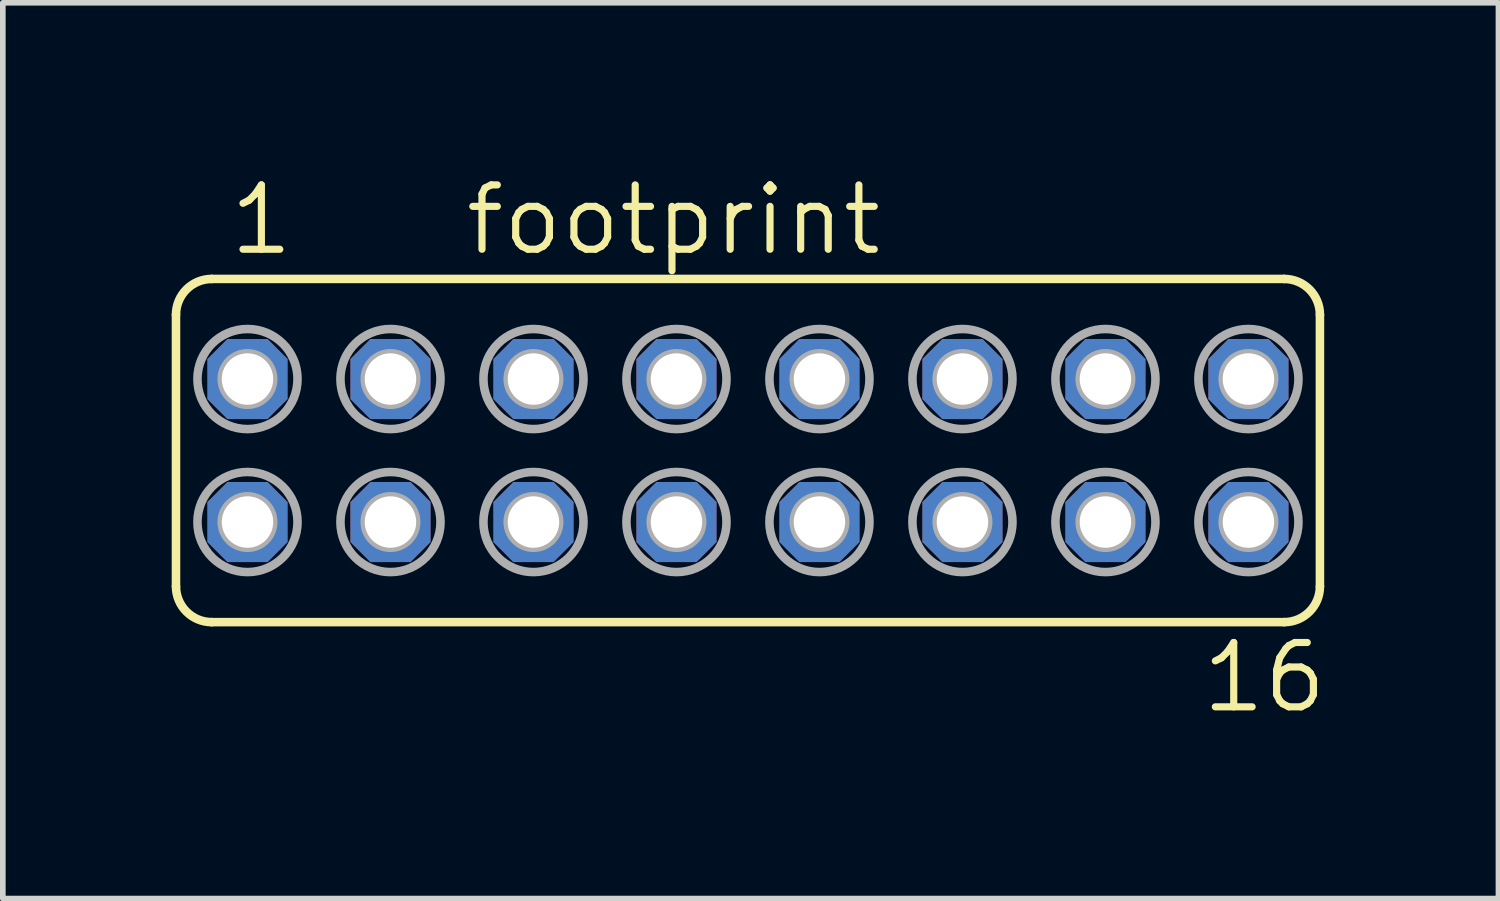
<source format=kicad_pcb>
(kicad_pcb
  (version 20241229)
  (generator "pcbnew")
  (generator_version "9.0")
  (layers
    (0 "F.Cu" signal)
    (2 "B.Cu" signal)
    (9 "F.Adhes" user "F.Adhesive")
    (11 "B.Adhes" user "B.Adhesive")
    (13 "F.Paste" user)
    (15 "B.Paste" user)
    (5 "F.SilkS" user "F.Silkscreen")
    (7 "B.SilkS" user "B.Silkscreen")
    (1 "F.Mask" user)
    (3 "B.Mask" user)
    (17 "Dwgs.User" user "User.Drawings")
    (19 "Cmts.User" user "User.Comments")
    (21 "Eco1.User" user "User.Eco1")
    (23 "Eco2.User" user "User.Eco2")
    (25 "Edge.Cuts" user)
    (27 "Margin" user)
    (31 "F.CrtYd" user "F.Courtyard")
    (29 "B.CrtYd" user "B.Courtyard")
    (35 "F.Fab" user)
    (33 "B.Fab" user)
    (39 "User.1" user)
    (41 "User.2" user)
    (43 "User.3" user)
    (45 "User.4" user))
  (footprint "footprint"
    (layer "F.Cu")
    (at 10.236 4.953)
    (property "Reference" "footprint" (at -5.08 -3.429 0) (layer "F.SilkS") (effects (font (size 1.143 1.143) (thickness 0.127)) (justify left bottom)))
    (fp_line (start -10.16 2.413) (end -10.16 -2.413) (stroke (width 0.152) (type solid)) (layer "F.SilkS"))
    (fp_line (start -9.525 -3.048) (end 9.525 -3.048) (stroke (width 0.152) (type solid)) (layer "F.SilkS"))
    (fp_line (start -9.525 3.048) (end 9.525 3.048) (stroke (width 0.152) (type solid)) (layer "F.SilkS"))
    (fp_line (start 10.16 2.413) (end 10.16 -2.413) (stroke (width 0.152) (type solid)) (layer "F.SilkS"))
    (fp_arc (start -10.16 -2.413) (mid -9.974013 -2.862013) (end -9.525 -3.048) (stroke (width 0.1524) (type solid)) (layer "F.SilkS"))
    (fp_arc (start -9.525 3.048) (mid -9.974013 2.862013) (end -10.16 2.413) (stroke (width 0.1524) (type solid)) (layer "F.SilkS"))
    (fp_arc (start 9.525 -3.048) (mid 9.974013 -2.862013) (end 10.16 -2.413) (stroke (width 0.1524) (type solid)) (layer "F.SilkS"))
    (fp_arc (start 10.16 2.413) (mid 9.974013 2.862013) (end 9.525 3.048) (stroke (width 0.1524) (type solid)) (layer "F.SilkS"))
    (fp_circle (center -8.89 -1.27) (end -8.763 -1.27) (stroke (width 0.406) (type solid)) (fill no) (layer "F.Fab"))
    (fp_circle (center -8.89 -1.27) (end -8.001 -1.27) (stroke (width 0.152) (type solid)) (fill no) (layer "F.Fab"))
    (fp_circle (center -8.89 1.27) (end -8.763 1.27) (stroke (width 0.406) (type solid)) (fill no) (layer "F.Fab"))
    (fp_circle (center -8.89 1.27) (end -8.001 1.27) (stroke (width 0.152) (type solid)) (fill no) (layer "F.Fab"))
    (fp_circle (center -6.35 -1.27) (end -6.223 -1.27) (stroke (width 0.406) (type solid)) (fill no) (layer "F.Fab"))
    (fp_circle (center -6.35 -1.27) (end -5.461 -1.27) (stroke (width 0.152) (type solid)) (fill no) (layer "F.Fab"))
    (fp_circle (center -6.35 1.27) (end -6.223 1.27) (stroke (width 0.406) (type solid)) (fill no) (layer "F.Fab"))
    (fp_circle (center -6.35 1.27) (end -5.461 1.27) (stroke (width 0.152) (type solid)) (fill no) (layer "F.Fab"))
    (fp_circle (center -3.81 -1.27) (end -3.683 -1.27) (stroke (width 0.406) (type solid)) (fill no) (layer "F.Fab"))
    (fp_circle (center -3.81 -1.27) (end -2.921 -1.27) (stroke (width 0.152) (type solid)) (fill no) (layer "F.Fab"))
    (fp_circle (center -3.81 1.27) (end -3.683 1.27) (stroke (width 0.406) (type solid)) (fill no) (layer "F.Fab"))
    (fp_circle (center -3.81 1.27) (end -2.921 1.27) (stroke (width 0.152) (type solid)) (fill no) (layer "F.Fab"))
    (fp_circle (center -1.27 -1.27) (end -1.143 -1.27) (stroke (width 0.406) (type solid)) (fill no) (layer "F.Fab"))
    (fp_circle (center -1.27 -1.27) (end -0.381 -1.27) (stroke (width 0.152) (type solid)) (fill no) (layer "F.Fab"))
    (fp_circle (center -1.27 1.27) (end -1.143 1.27) (stroke (width 0.406) (type solid)) (fill no) (layer "F.Fab"))
    (fp_circle (center -1.27 1.27) (end -0.381 1.27) (stroke (width 0.152) (type solid)) (fill no) (layer "F.Fab"))
    (fp_circle (center 1.27 -1.27) (end 1.397 -1.27) (stroke (width 0.406) (type solid)) (fill no) (layer "F.Fab"))
    (fp_circle (center 1.27 -1.27) (end 2.159 -1.27) (stroke (width 0.152) (type solid)) (fill no) (layer "F.Fab"))
    (fp_circle (center 1.27 1.27) (end 1.397 1.27) (stroke (width 0.406) (type solid)) (fill no) (layer "F.Fab"))
    (fp_circle (center 1.27 1.27) (end 2.159 1.27) (stroke (width 0.152) (type solid)) (fill no) (layer "F.Fab"))
    (fp_circle (center 3.81 -1.27) (end 3.937 -1.27) (stroke (width 0.406) (type solid)) (fill no) (layer "F.Fab"))
    (fp_circle (center 3.81 -1.27) (end 4.699 -1.27) (stroke (width 0.152) (type solid)) (fill no) (layer "F.Fab"))
    (fp_circle (center 3.81 1.27) (end 3.937 1.27) (stroke (width 0.406) (type solid)) (fill no) (layer "F.Fab"))
    (fp_circle (center 3.81 1.27) (end 4.699 1.27) (stroke (width 0.152) (type solid)) (fill no) (layer "F.Fab"))
    (fp_circle (center 6.35 -1.27) (end 6.477 -1.27) (stroke (width 0.406) (type solid)) (fill no) (layer "F.Fab"))
    (fp_circle (center 6.35 -1.27) (end 7.239 -1.27) (stroke (width 0.152) (type solid)) (fill no) (layer "F.Fab"))
    (fp_circle (center 6.35 1.27) (end 6.477 1.27) (stroke (width 0.406) (type solid)) (fill no) (layer "F.Fab"))
    (fp_circle (center 6.35 1.27) (end 7.239 1.27) (stroke (width 0.152) (type solid)) (fill no) (layer "F.Fab"))
    (fp_circle (center 8.89 -1.27) (end 9.017 -1.27) (stroke (width 0.406) (type solid)) (fill no) (layer "F.Fab"))
    (fp_circle (center 8.89 -1.27) (end 9.779 -1.27) (stroke (width 0.152) (type solid)) (fill no) (layer "F.Fab"))
    (fp_circle (center 8.89 1.27) (end 9.017 1.27) (stroke (width 0.406) (type solid)) (fill no) (layer "F.Fab"))
    (fp_circle (center 8.89 1.27) (end 9.779 1.27) (stroke (width 0.152) (type solid)) (fill no) (layer "F.Fab"))
    (fp_text user "1" (at -9.271 -3.429 0) (layer "F.SilkS") (effects (font (size 1.143 1.143) (thickness 0.127)) (justify left bottom)))
    (fp_text user "16" (at 8.001 4.699 0) (layer "F.SilkS") (effects (font (size 1.143 1.143) (thickness 0.127)) (justify left bottom)))
    (pad "1" thru_hole roundrect (at -8.89 -1.27) (size 1.422 1.422) (drill 0.914) (layers "*.Cu" "*.Mask") (roundrect_rratio 0.25) (chamfer_ratio 0.25) (chamfer top_left top_right bottom_left bottom_right))
    (pad "2" thru_hole roundrect (at -8.89 1.27) (size 1.422 1.422) (drill 0.914) (layers "*.Cu" "*.Mask") (roundrect_rratio 0.25) (chamfer_ratio 0.25) (chamfer top_left top_right bottom_left bottom_right))
    (pad "3" thru_hole roundrect (at -6.35 -1.27) (size 1.422 1.422) (drill 0.914) (layers "*.Cu" "*.Mask") (roundrect_rratio 0.25) (chamfer_ratio 0.25) (chamfer top_left top_right bottom_left bottom_right))
    (pad "4" thru_hole roundrect (at -6.35 1.27) (size 1.422 1.422) (drill 0.914) (layers "*.Cu" "*.Mask") (roundrect_rratio 0.25) (chamfer_ratio 0.25) (chamfer top_left top_right bottom_left bottom_right))
    (pad "5" thru_hole roundrect (at -3.81 -1.27) (size 1.422 1.422) (drill 0.914) (layers "*.Cu" "*.Mask") (roundrect_rratio 0.25) (chamfer_ratio 0.25) (chamfer top_left top_right bottom_left bottom_right))
    (pad "6" thru_hole roundrect (at -3.81 1.27) (size 1.422 1.422) (drill 0.914) (layers "*.Cu" "*.Mask") (roundrect_rratio 0.25) (chamfer_ratio 0.25) (chamfer top_left top_right bottom_left bottom_right))
    (pad "7" thru_hole roundrect (at -1.27 -1.27) (size 1.422 1.422) (drill 0.914) (layers "*.Cu" "*.Mask") (roundrect_rratio 0.25) (chamfer_ratio 0.25) (chamfer top_left top_right bottom_left bottom_right))
    (pad "8" thru_hole roundrect (at -1.27 1.27) (size 1.422 1.422) (drill 0.914) (layers "*.Cu" "*.Mask") (roundrect_rratio 0.25) (chamfer_ratio 0.25) (chamfer top_left top_right bottom_left bottom_right))
    (pad "9" thru_hole roundrect (at 1.27 -1.27) (size 1.422 1.422) (drill 0.914) (layers "*.Cu" "*.Mask") (roundrect_rratio 0.25) (chamfer_ratio 0.25) (chamfer top_left top_right bottom_left bottom_right))
    (pad "10" thru_hole roundrect (at 1.27 1.27) (size 1.422 1.422) (drill 0.914) (layers "*.Cu" "*.Mask") (roundrect_rratio 0.25) (chamfer_ratio 0.25) (chamfer top_left top_right bottom_left bottom_right))
    (pad "11" thru_hole roundrect (at 3.81 -1.27) (size 1.422 1.422) (drill 0.914) (layers "*.Cu" "*.Mask") (roundrect_rratio 0.25) (chamfer_ratio 0.25) (chamfer top_left top_right bottom_left bottom_right))
    (pad "12" thru_hole roundrect (at 3.81 1.27) (size 1.422 1.422) (drill 0.914) (layers "*.Cu" "*.Mask") (roundrect_rratio 0.25) (chamfer_ratio 0.25) (chamfer top_left top_right bottom_left bottom_right))
    (pad "13" thru_hole roundrect (at 6.35 -1.27) (size 1.422 1.422) (drill 0.914) (layers "*.Cu" "*.Mask") (roundrect_rratio 0.25) (chamfer_ratio 0.25) (chamfer top_left top_right bottom_left bottom_right))
    (pad "14" thru_hole roundrect (at 6.35 1.27) (size 1.422 1.422) (drill 0.914) (layers "*.Cu" "*.Mask") (roundrect_rratio 0.25) (chamfer_ratio 0.25) (chamfer top_left top_right bottom_left bottom_right))
    (pad "15" thru_hole roundrect (at 8.89 -1.27) (size 1.422 1.422) (drill 0.914) (layers "*.Cu" "*.Mask") (roundrect_rratio 0.25) (chamfer_ratio 0.25) (chamfer top_left top_right bottom_left bottom_right))
    (pad "16" thru_hole roundrect (at 8.89 1.27) (size 1.422 1.422) (drill 0.914) (layers "*.Cu" "*.Mask") (roundrect_rratio 0.25) (chamfer_ratio 0.25) (chamfer top_left top_right bottom_left bottom_right)))
  (gr_rect
    (start -3 -3)
    (end 23.567 12.911)
    (stroke (width 0.1) (type default))
    (fill no)
    (layer "Edge.Cuts")))
</source>
